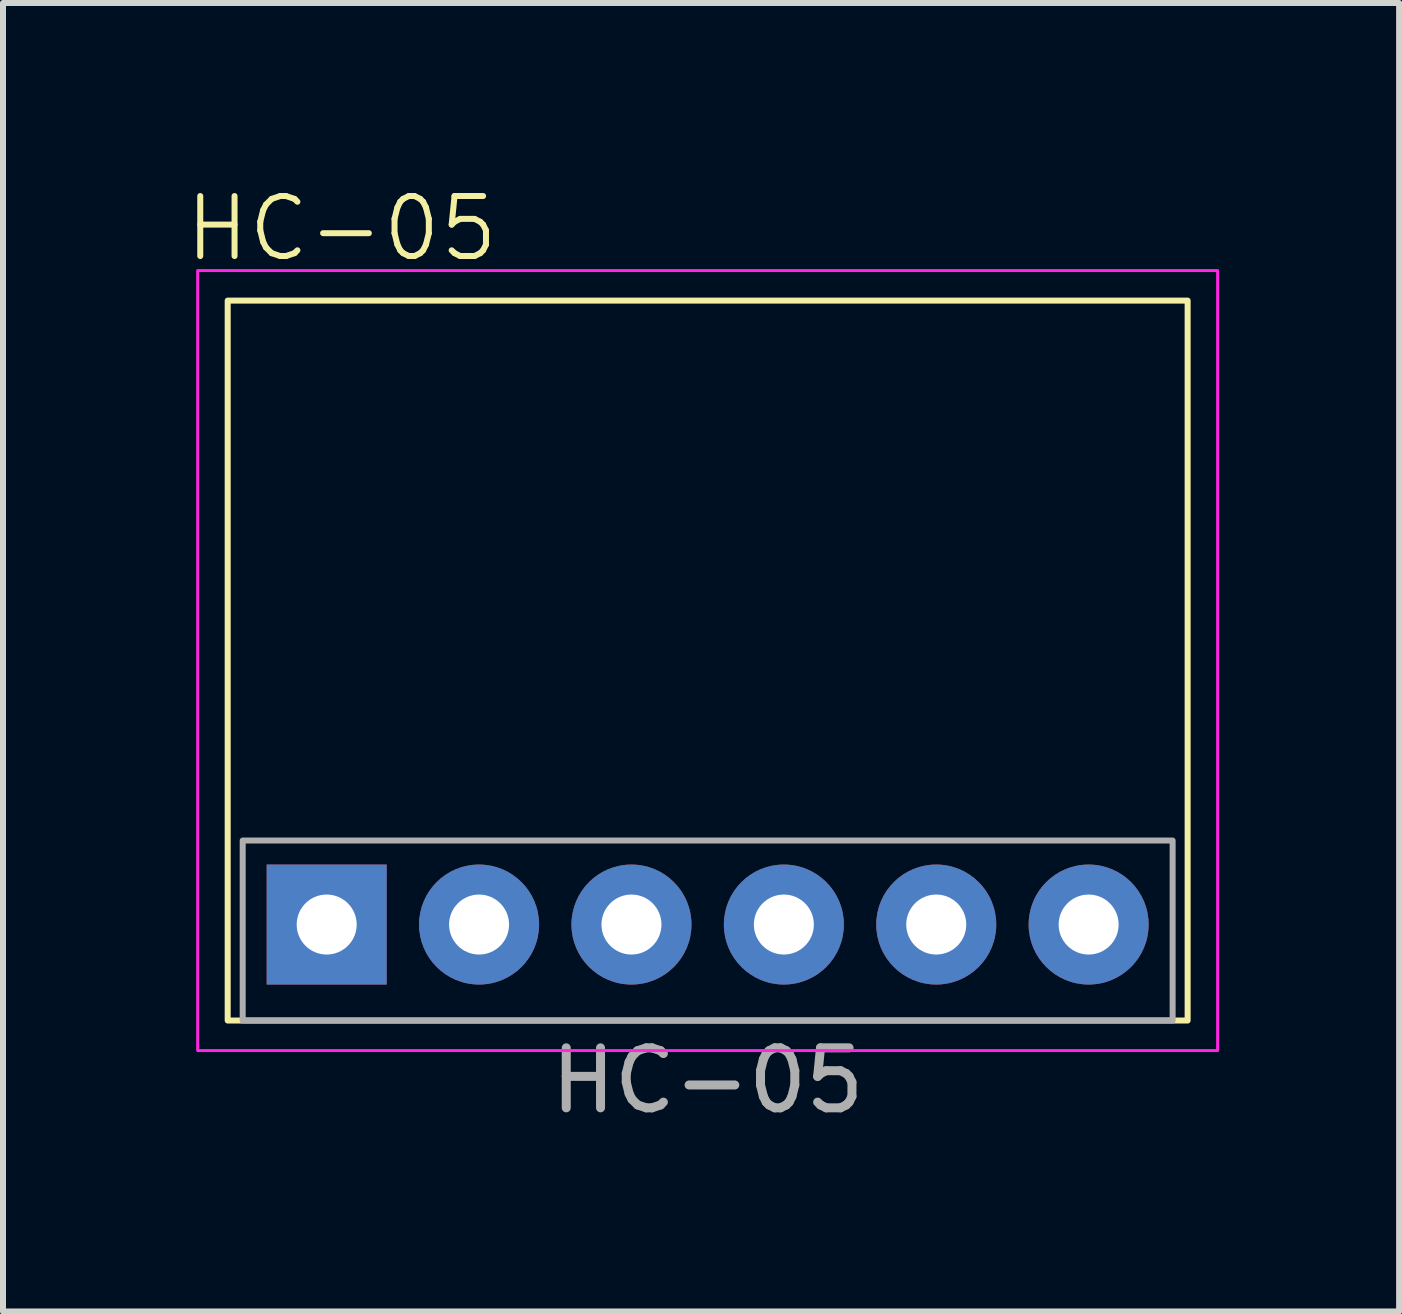
<source format=kicad_pcb>
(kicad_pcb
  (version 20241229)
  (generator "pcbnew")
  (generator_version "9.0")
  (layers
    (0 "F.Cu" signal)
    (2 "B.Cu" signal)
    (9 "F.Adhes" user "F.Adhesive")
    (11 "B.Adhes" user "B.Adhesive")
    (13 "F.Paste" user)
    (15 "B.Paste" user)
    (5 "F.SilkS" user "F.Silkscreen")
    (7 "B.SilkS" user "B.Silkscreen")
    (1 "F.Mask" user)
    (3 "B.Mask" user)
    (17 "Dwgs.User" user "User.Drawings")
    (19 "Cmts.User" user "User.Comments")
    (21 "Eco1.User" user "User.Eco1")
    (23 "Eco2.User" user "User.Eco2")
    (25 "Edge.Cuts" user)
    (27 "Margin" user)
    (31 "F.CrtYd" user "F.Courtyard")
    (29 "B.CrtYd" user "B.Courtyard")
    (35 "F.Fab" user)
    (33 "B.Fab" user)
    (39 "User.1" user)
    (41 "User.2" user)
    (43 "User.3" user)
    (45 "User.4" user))
  (footprint "HC-05"
    (layer "F.Cu")
    (at 8.745 12.46)
    (property "Reference" "HC-05" (at -6.1 -11.7 0) (unlocked yes) (layer "F.SilkS") (effects (font (size 1 1) (thickness 0.1))))
    (attr smd)
    (fp_rect (start -8 1.5) (end 8 -10.5) (stroke (width 0.1) (type solid)) (fill no) (layer "F.SilkS"))
    (fp_rect (start -8.5 2) (end 8.5 -11) (stroke (width 0.05) (type solid)) (fill no) (layer "F.CrtYd"))
    (fp_rect (start -7.75 1.5) (end 7.75 -1.5) (stroke (width 0.1) (type solid)) (fill no) (layer "F.Fab"))
    (fp_text user "${REFERENCE}" (at 0 2.5 0) (unlocked yes) (layer "F.Fab") (effects (font (size 1 1) (thickness 0.15))))
    (pad "1" thru_hole rect (at -6.35 -0.1) (size 2 2) (drill 1) (layers "*.Cu" "*.Mask"))
    (pad "2" thru_hole circle (at -3.81 -0.1) (size 2 2) (drill 1) (layers "*.Cu" "*.Mask"))
    (pad "3" thru_hole circle (at -1.27 -0.1) (size 2 2) (drill 1) (layers "*.Cu" "*.Mask"))
    (pad "4" thru_hole circle (at 1.27 -0.1) (size 2 2) (drill 1) (layers "*.Cu" "*.Mask"))
    (pad "5" thru_hole circle (at 3.81 -0.1) (size 2 2) (drill 1) (layers "*.Cu" "*.Mask"))
    (pad "6" thru_hole circle (at 6.35 -0.1) (size 2 2) (drill 1) (layers "*.Cu" "*.Mask")))
  (gr_rect
    (start -3 -3)
    (end 20.27 18.809)
    (stroke (width 0.1) (type default))
    (fill no)
    (layer "Edge.Cuts")))
</source>
